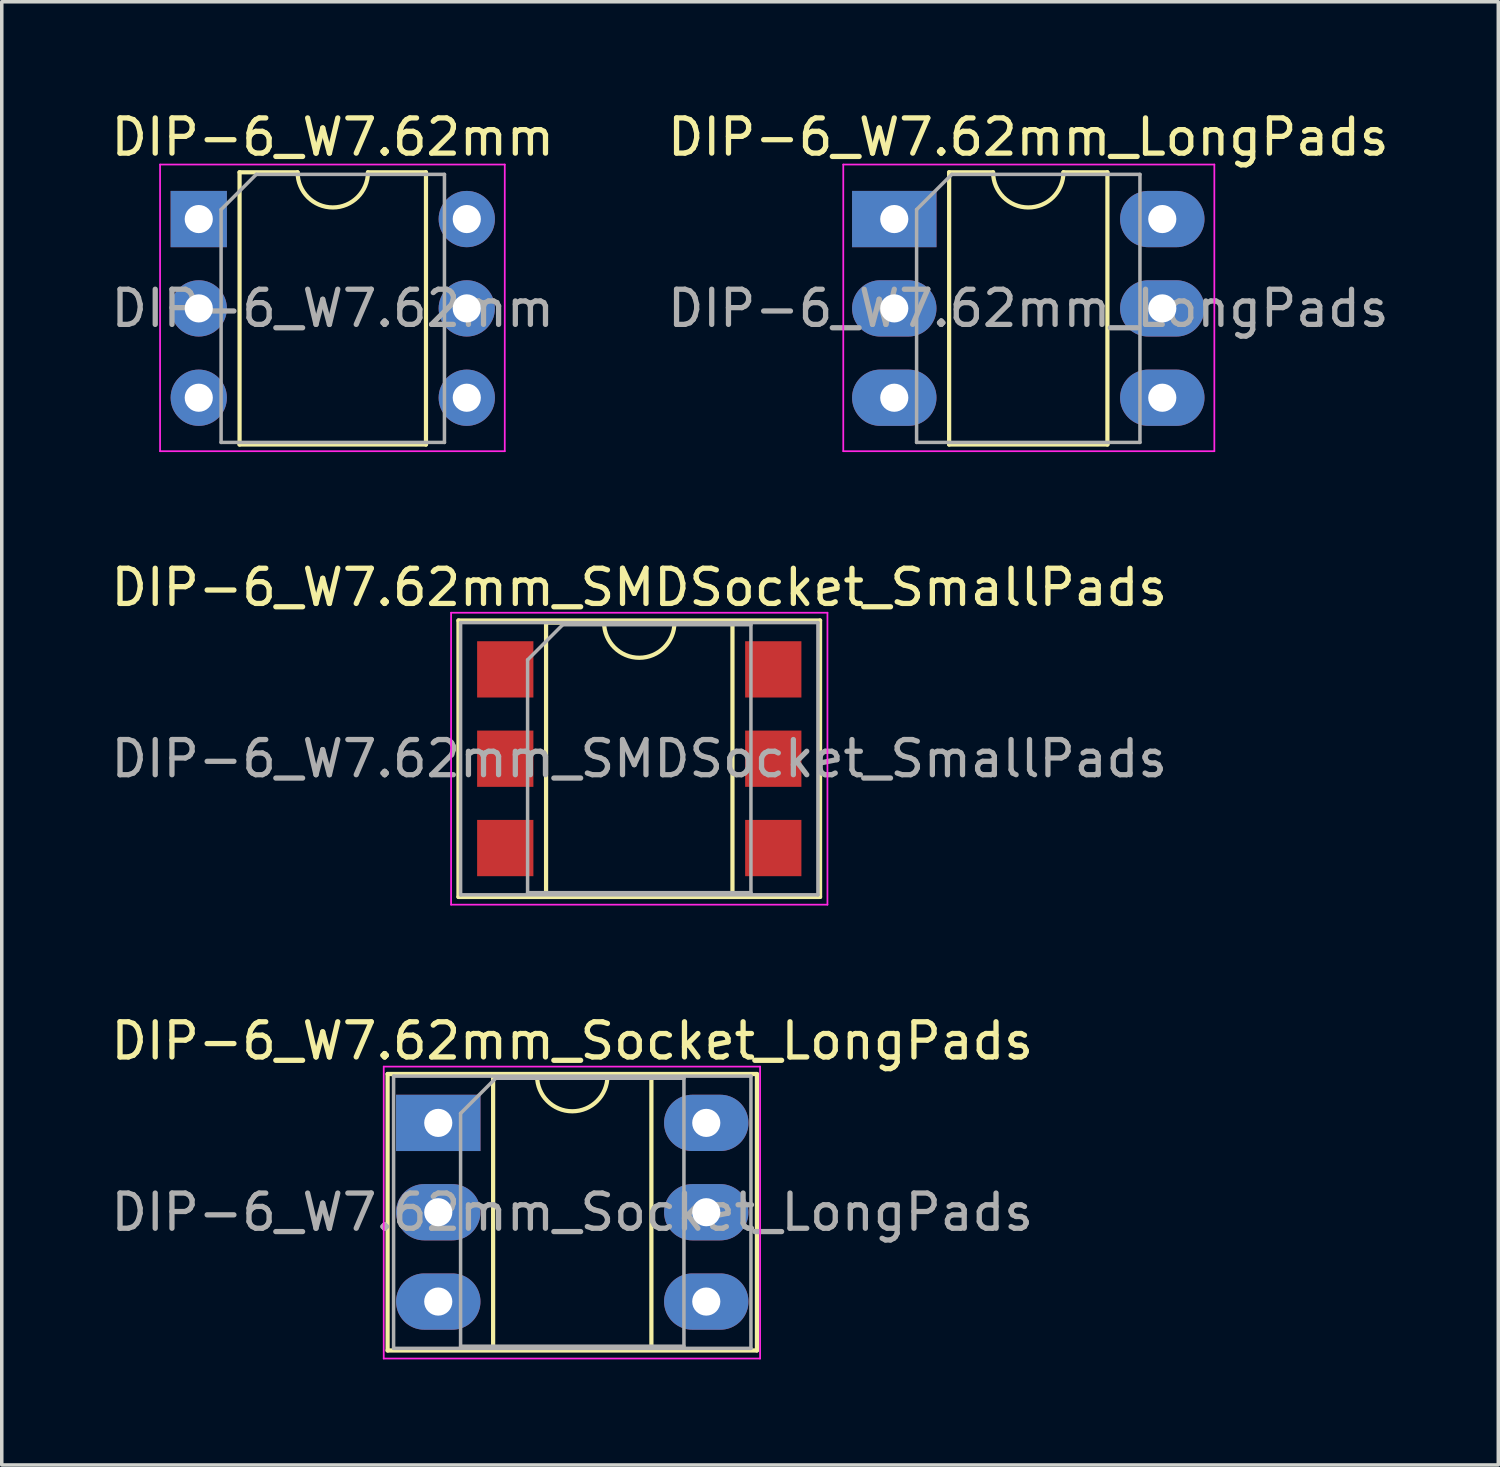
<source format=kicad_pcb>
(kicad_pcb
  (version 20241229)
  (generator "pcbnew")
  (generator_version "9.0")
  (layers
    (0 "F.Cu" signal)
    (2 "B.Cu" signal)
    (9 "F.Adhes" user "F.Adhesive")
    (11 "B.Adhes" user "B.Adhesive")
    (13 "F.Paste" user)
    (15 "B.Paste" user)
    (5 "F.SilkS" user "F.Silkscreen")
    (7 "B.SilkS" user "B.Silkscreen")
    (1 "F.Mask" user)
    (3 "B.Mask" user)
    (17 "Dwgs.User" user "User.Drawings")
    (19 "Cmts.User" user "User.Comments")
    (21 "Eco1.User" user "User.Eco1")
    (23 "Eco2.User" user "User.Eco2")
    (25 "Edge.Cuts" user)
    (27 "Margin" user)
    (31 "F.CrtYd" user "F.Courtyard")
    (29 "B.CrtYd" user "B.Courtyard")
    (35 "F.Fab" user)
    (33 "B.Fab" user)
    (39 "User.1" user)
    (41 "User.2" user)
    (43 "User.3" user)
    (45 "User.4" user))
  (footprint "DIP-6_W7.62mm_Socket_LongPads"
    (layer "F.Cu")
    (at 9.41 28.875)
    (property "Reference" "DIP-6_W7.62mm_Socket_LongPads" (at 3.81 -2.33 0) (layer "F.SilkS") (effects (font (size 1 1) (thickness 0.15))))
    (attr through_hole)
    (fp_line (start -1.44 -1.39) (end -1.44 6.47) (stroke (width 0.12) (type solid)) (layer "F.SilkS"))
    (fp_line (start -1.44 6.47) (end 9.06 6.47) (stroke (width 0.12) (type solid)) (layer "F.SilkS"))
    (fp_line (start 1.56 -1.33) (end 1.56 6.41) (stroke (width 0.12) (type solid)) (layer "F.SilkS"))
    (fp_line (start 1.56 6.41) (end 6.06 6.41) (stroke (width 0.12) (type solid)) (layer "F.SilkS"))
    (fp_line (start 2.81 -1.33) (end 1.56 -1.33) (stroke (width 0.12) (type solid)) (layer "F.SilkS"))
    (fp_line (start 6.06 -1.33) (end 4.81 -1.33) (stroke (width 0.12) (type solid)) (layer "F.SilkS"))
    (fp_line (start 6.06 6.41) (end 6.06 -1.33) (stroke (width 0.12) (type solid)) (layer "F.SilkS"))
    (fp_line (start 9.06 -1.39) (end -1.44 -1.39) (stroke (width 0.12) (type solid)) (layer "F.SilkS"))
    (fp_line (start 9.06 6.47) (end 9.06 -1.39) (stroke (width 0.12) (type solid)) (layer "F.SilkS"))
    (fp_arc (start 4.81 -1.33) (mid 3.81 -0.33) (end 2.81 -1.33) (stroke (width 0.12) (type solid)) (layer "F.SilkS"))
    (fp_line (start -1.55 -1.6) (end -1.55 6.7) (stroke (width 0.05) (type solid)) (layer "F.CrtYd"))
    (fp_line (start -1.55 6.7) (end 9.15 6.7) (stroke (width 0.05) (type solid)) (layer "F.CrtYd"))
    (fp_line (start 9.15 -1.6) (end -1.55 -1.6) (stroke (width 0.05) (type solid)) (layer "F.CrtYd"))
    (fp_line (start 9.15 6.7) (end 9.15 -1.6) (stroke (width 0.05) (type solid)) (layer "F.CrtYd"))
    (fp_line (start -1.27 -1.33) (end -1.27 6.41) (stroke (width 0.1) (type solid)) (layer "F.Fab"))
    (fp_line (start -1.27 6.41) (end 8.89 6.41) (stroke (width 0.1) (type solid)) (layer "F.Fab"))
    (fp_line (start 0.635 -0.27) (end 1.635 -1.27) (stroke (width 0.1) (type solid)) (layer "F.Fab"))
    (fp_line (start 0.635 6.35) (end 0.635 -0.27) (stroke (width 0.1) (type solid)) (layer "F.Fab"))
    (fp_line (start 1.635 -1.27) (end 6.985 -1.27) (stroke (width 0.1) (type solid)) (layer "F.Fab"))
    (fp_line (start 6.985 -1.27) (end 6.985 6.35) (stroke (width 0.1) (type solid)) (layer "F.Fab"))
    (fp_line (start 6.985 6.35) (end 0.635 6.35) (stroke (width 0.1) (type solid)) (layer "F.Fab"))
    (fp_line (start 8.89 -1.33) (end -1.27 -1.33) (stroke (width 0.1) (type solid)) (layer "F.Fab"))
    (fp_line (start 8.89 6.41) (end 8.89 -1.33) (stroke (width 0.1) (type solid)) (layer "F.Fab"))
    (fp_text user "${REFERENCE}" (at 3.81 2.54 0) (layer "F.Fab") (effects (font (size 1 1) (thickness 0.15))))
    (pad "1" thru_hole rect (at 0 0) (size 2.4 1.6) (drill 0.8) (layers "*.Cu" "*.Mask"))
    (pad "2" thru_hole oval (at 0 2.54) (size 2.4 1.6) (drill 0.8) (layers "*.Cu" "*.Mask"))
    (pad "3" thru_hole oval (at 0 5.08) (size 2.4 1.6) (drill 0.8) (layers "*.Cu" "*.Mask"))
    (pad "4" thru_hole oval (at 7.62 5.08) (size 2.4 1.6) (drill 0.8) (layers "*.Cu" "*.Mask"))
    (pad "5" thru_hole oval (at 7.62 2.54) (size 2.4 1.6) (drill 0.8) (layers "*.Cu" "*.Mask"))
    (pad "6" thru_hole oval (at 7.62 0) (size 2.4 1.6) (drill 0.8) (layers "*.Cu" "*.Mask")))
  (footprint "DIP-6_W7.62mm_SMDSocket_SmallPads"
    (layer "F.Cu")
    (at 15.125 18.521)
    (property "Reference" "DIP-6_W7.62mm_SMDSocket_SmallPads" (at 0 -4.87 0) (layer "F.SilkS") (effects (font (size 1 1) (thickness 0.15))))
    (attr smd)
    (fp_line (start -5.14 -3.93) (end -5.14 3.93) (stroke (width 0.12) (type solid)) (layer "F.SilkS"))
    (fp_line (start -5.14 3.93) (end 5.14 3.93) (stroke (width 0.12) (type solid)) (layer "F.SilkS"))
    (fp_line (start -2.65 -3.87) (end -2.65 3.87) (stroke (width 0.12) (type solid)) (layer "F.SilkS"))
    (fp_line (start -2.65 3.87) (end 2.65 3.87) (stroke (width 0.12) (type solid)) (layer "F.SilkS"))
    (fp_line (start -1 -3.87) (end -2.65 -3.87) (stroke (width 0.12) (type solid)) (layer "F.SilkS"))
    (fp_line (start 2.65 -3.87) (end 1 -3.87) (stroke (width 0.12) (type solid)) (layer "F.SilkS"))
    (fp_line (start 2.65 3.87) (end 2.65 -3.87) (stroke (width 0.12) (type solid)) (layer "F.SilkS"))
    (fp_line (start 5.14 -3.93) (end -5.14 -3.93) (stroke (width 0.12) (type solid)) (layer "F.SilkS"))
    (fp_line (start 5.14 3.93) (end 5.14 -3.93) (stroke (width 0.12) (type solid)) (layer "F.SilkS"))
    (fp_arc (start 1 -3.87) (mid 0 -2.87) (end -1 -3.87) (stroke (width 0.12) (type solid)) (layer "F.SilkS"))
    (fp_line (start -5.35 -4.15) (end -5.35 4.15) (stroke (width 0.05) (type solid)) (layer "F.CrtYd"))
    (fp_line (start -5.35 4.15) (end 5.35 4.15) (stroke (width 0.05) (type solid)) (layer "F.CrtYd"))
    (fp_line (start 5.35 -4.15) (end -5.35 -4.15) (stroke (width 0.05) (type solid)) (layer "F.CrtYd"))
    (fp_line (start 5.35 4.15) (end 5.35 -4.15) (stroke (width 0.05) (type solid)) (layer "F.CrtYd"))
    (fp_line (start -5.08 -3.87) (end -5.08 3.87) (stroke (width 0.1) (type solid)) (layer "F.Fab"))
    (fp_line (start -5.08 3.87) (end 5.08 3.87) (stroke (width 0.1) (type solid)) (layer "F.Fab"))
    (fp_line (start -3.175 -2.81) (end -2.175 -3.81) (stroke (width 0.1) (type solid)) (layer "F.Fab"))
    (fp_line (start -3.175 3.81) (end -3.175 -2.81) (stroke (width 0.1) (type solid)) (layer "F.Fab"))
    (fp_line (start -2.175 -3.81) (end 3.175 -3.81) (stroke (width 0.1) (type solid)) (layer "F.Fab"))
    (fp_line (start 3.175 -3.81) (end 3.175 3.81) (stroke (width 0.1) (type solid)) (layer "F.Fab"))
    (fp_line (start 3.175 3.81) (end -3.175 3.81) (stroke (width 0.1) (type solid)) (layer "F.Fab"))
    (fp_line (start 5.08 -3.87) (end -5.08 -3.87) (stroke (width 0.1) (type solid)) (layer "F.Fab"))
    (fp_line (start 5.08 3.87) (end 5.08 -3.87) (stroke (width 0.1) (type solid)) (layer "F.Fab"))
    (fp_text user "${REFERENCE}" (at 0 0 0) (layer "F.Fab") (effects (font (size 1 1) (thickness 0.15))))
    (pad "1" smd rect (at -3.81 -2.54) (size 1.6 1.6) (layers "F.Cu" "F.Mask" "F.Paste"))
    (pad "2" smd rect (at -3.81 0) (size 1.6 1.6) (layers "F.Cu" "F.Mask" "F.Paste"))
    (pad "3" smd rect (at -3.81 2.54) (size 1.6 1.6) (layers "F.Cu" "F.Mask" "F.Paste"))
    (pad "4" smd rect (at 3.81 2.54) (size 1.6 1.6) (layers "F.Cu" "F.Mask" "F.Paste"))
    (pad "5" smd rect (at 3.81 0) (size 1.6 1.6) (layers "F.Cu" "F.Mask" "F.Paste"))
    (pad "6" smd rect (at 3.81 -2.54) (size 1.6 1.6) (layers "F.Cu" "F.Mask" "F.Paste")))
  (footprint "DIP-6_W7.62mm"
    (layer "F.Cu")
    (at 2.601 3.178)
    (property "Reference" "DIP-6_W7.62mm" (at 3.81 -2.33 0) (layer "F.SilkS") (effects (font (size 1 1) (thickness 0.15))))
    (attr through_hole)
    (fp_line (start 1.16 -1.33) (end 1.16 6.41) (stroke (width 0.12) (type solid)) (layer "F.SilkS"))
    (fp_line (start 1.16 6.41) (end 6.46 6.41) (stroke (width 0.12) (type solid)) (layer "F.SilkS"))
    (fp_line (start 2.81 -1.33) (end 1.16 -1.33) (stroke (width 0.12) (type solid)) (layer "F.SilkS"))
    (fp_line (start 6.46 -1.33) (end 4.81 -1.33) (stroke (width 0.12) (type solid)) (layer "F.SilkS"))
    (fp_line (start 6.46 6.41) (end 6.46 -1.33) (stroke (width 0.12) (type solid)) (layer "F.SilkS"))
    (fp_arc (start 4.81 -1.33) (mid 3.81 -0.33) (end 2.81 -1.33) (stroke (width 0.12) (type solid)) (layer "F.SilkS"))
    (fp_line (start -1.1 -1.55) (end -1.1 6.6) (stroke (width 0.05) (type solid)) (layer "F.CrtYd"))
    (fp_line (start -1.1 6.6) (end 8.7 6.6) (stroke (width 0.05) (type solid)) (layer "F.CrtYd"))
    (fp_line (start 8.7 -1.55) (end -1.1 -1.55) (stroke (width 0.05) (type solid)) (layer "F.CrtYd"))
    (fp_line (start 8.7 6.6) (end 8.7 -1.55) (stroke (width 0.05) (type solid)) (layer "F.CrtYd"))
    (fp_line (start 0.635 -0.27) (end 1.635 -1.27) (stroke (width 0.1) (type solid)) (layer "F.Fab"))
    (fp_line (start 0.635 6.35) (end 0.635 -0.27) (stroke (width 0.1) (type solid)) (layer "F.Fab"))
    (fp_line (start 1.635 -1.27) (end 6.985 -1.27) (stroke (width 0.1) (type solid)) (layer "F.Fab"))
    (fp_line (start 6.985 -1.27) (end 6.985 6.35) (stroke (width 0.1) (type solid)) (layer "F.Fab"))
    (fp_line (start 6.985 6.35) (end 0.635 6.35) (stroke (width 0.1) (type solid)) (layer "F.Fab"))
    (fp_text user "${REFERENCE}" (at 3.81 2.54 0) (layer "F.Fab") (effects (font (size 1 1) (thickness 0.15))))
    (pad "1" thru_hole rect (at 0 0) (size 1.6 1.6) (drill 0.8) (layers "*.Cu" "*.Mask"))
    (pad "2" thru_hole oval (at 0 2.54) (size 1.6 1.6) (drill 0.8) (layers "*.Cu" "*.Mask"))
    (pad "3" thru_hole oval (at 0 5.08) (size 1.6 1.6) (drill 0.8) (layers "*.Cu" "*.Mask"))
    (pad "4" thru_hole oval (at 7.62 5.08) (size 1.6 1.6) (drill 0.8) (layers "*.Cu" "*.Mask"))
    (pad "5" thru_hole oval (at 7.62 2.54) (size 1.6 1.6) (drill 0.8) (layers "*.Cu" "*.Mask"))
    (pad "6" thru_hole oval (at 7.62 0) (size 1.6 1.6) (drill 0.8) (layers "*.Cu" "*.Mask")))
  (footprint "DIP-6_W7.62mm_LongPads"
    (layer "F.Cu")
    (at 22.375 3.178)
    (property "Reference" "DIP-6_W7.62mm_LongPads" (at 3.81 -2.33 0) (layer "F.SilkS") (effects (font (size 1 1) (thickness 0.15))))
    (attr through_hole)
    (fp_line (start 1.56 -1.33) (end 1.56 6.41) (stroke (width 0.12) (type solid)) (layer "F.SilkS"))
    (fp_line (start 1.56 6.41) (end 6.06 6.41) (stroke (width 0.12) (type solid)) (layer "F.SilkS"))
    (fp_line (start 2.81 -1.33) (end 1.56 -1.33) (stroke (width 0.12) (type solid)) (layer "F.SilkS"))
    (fp_line (start 6.06 -1.33) (end 4.81 -1.33) (stroke (width 0.12) (type solid)) (layer "F.SilkS"))
    (fp_line (start 6.06 6.41) (end 6.06 -1.33) (stroke (width 0.12) (type solid)) (layer "F.SilkS"))
    (fp_arc (start 4.81 -1.33) (mid 3.81 -0.33) (end 2.81 -1.33) (stroke (width 0.12) (type solid)) (layer "F.SilkS"))
    (fp_line (start -1.45 -1.55) (end -1.45 6.6) (stroke (width 0.05) (type solid)) (layer "F.CrtYd"))
    (fp_line (start -1.45 6.6) (end 9.1 6.6) (stroke (width 0.05) (type solid)) (layer "F.CrtYd"))
    (fp_line (start 9.1 -1.55) (end -1.45 -1.55) (stroke (width 0.05) (type solid)) (layer "F.CrtYd"))
    (fp_line (start 9.1 6.6) (end 9.1 -1.55) (stroke (width 0.05) (type solid)) (layer "F.CrtYd"))
    (fp_line (start 0.635 -0.27) (end 1.635 -1.27) (stroke (width 0.1) (type solid)) (layer "F.Fab"))
    (fp_line (start 0.635 6.35) (end 0.635 -0.27) (stroke (width 0.1) (type solid)) (layer "F.Fab"))
    (fp_line (start 1.635 -1.27) (end 6.985 -1.27) (stroke (width 0.1) (type solid)) (layer "F.Fab"))
    (fp_line (start 6.985 -1.27) (end 6.985 6.35) (stroke (width 0.1) (type solid)) (layer "F.Fab"))
    (fp_line (start 6.985 6.35) (end 0.635 6.35) (stroke (width 0.1) (type solid)) (layer "F.Fab"))
    (fp_text user "${REFERENCE}" (at 3.81 2.54 0) (layer "F.Fab") (effects (font (size 1 1) (thickness 0.15))))
    (pad "1" thru_hole rect (at 0 0) (size 2.4 1.6) (drill 0.8) (layers "*.Cu" "*.Mask"))
    (pad "2" thru_hole oval (at 0 2.54) (size 2.4 1.6) (drill 0.8) (layers "*.Cu" "*.Mask"))
    (pad "3" thru_hole oval (at 0 5.08) (size 2.4 1.6) (drill 0.8) (layers "*.Cu" "*.Mask"))
    (pad "4" thru_hole oval (at 7.62 5.08) (size 2.4 1.6) (drill 0.8) (layers "*.Cu" "*.Mask"))
    (pad "5" thru_hole oval (at 7.62 2.54) (size 2.4 1.6) (drill 0.8) (layers "*.Cu" "*.Mask"))
    (pad "6" thru_hole oval (at 7.62 0) (size 2.4 1.6) (drill 0.8) (layers "*.Cu" "*.Mask")))
  (gr_rect
    (start -3 -3)
    (end 39.548 38.6)
    (stroke (width 0.1) (type default))
    (fill no)
    (layer "Edge.Cuts")))
</source>
